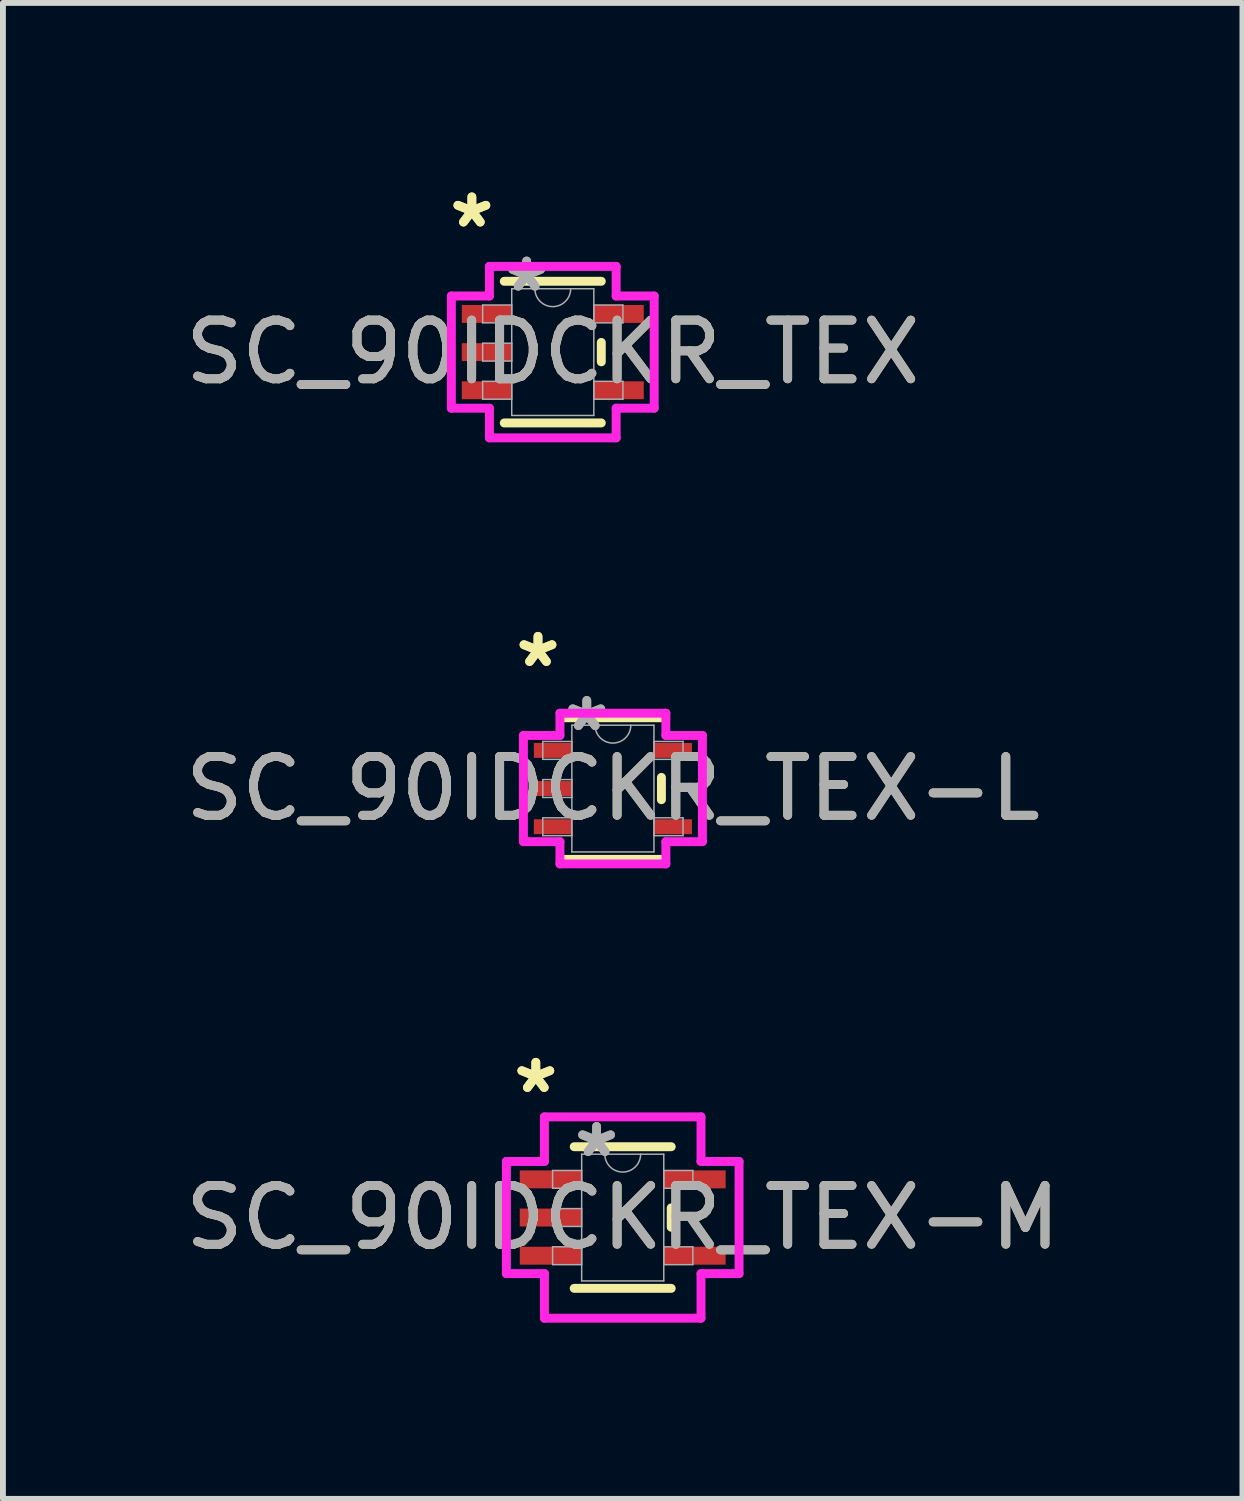
<source format=kicad_pcb>
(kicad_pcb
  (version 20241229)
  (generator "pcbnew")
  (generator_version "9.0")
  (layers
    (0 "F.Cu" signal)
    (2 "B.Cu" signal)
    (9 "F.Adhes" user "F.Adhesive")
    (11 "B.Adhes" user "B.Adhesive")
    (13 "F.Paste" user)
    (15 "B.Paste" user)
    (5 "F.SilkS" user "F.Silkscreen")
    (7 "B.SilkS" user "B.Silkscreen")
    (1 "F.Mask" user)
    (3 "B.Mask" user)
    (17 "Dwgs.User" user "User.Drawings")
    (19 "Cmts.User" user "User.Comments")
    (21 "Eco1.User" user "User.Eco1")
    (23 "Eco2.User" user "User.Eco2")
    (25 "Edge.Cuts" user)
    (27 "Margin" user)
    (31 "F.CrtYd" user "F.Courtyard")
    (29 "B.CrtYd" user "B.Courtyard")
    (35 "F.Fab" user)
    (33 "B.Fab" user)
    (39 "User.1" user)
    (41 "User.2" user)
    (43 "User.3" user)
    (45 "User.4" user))
  (footprint "SC_90IDCKR_TEX"
    (layer "F.Cu")
    (at 6.363 2.946)
    (property "Reference" "SC_90IDCKR_TEX" (at 0 0 0) (unlocked yes) (layer "F.SilkS") (effects (font (size 1 1) (thickness 0.15))))
    (attr smd)
    (fp_line (start -0.826 1.206) (end 0.826 1.206) (stroke (width 0.152) (type solid)) (layer "F.SilkS"))
    (fp_line (start 0.826 -1.206) (end -0.826 -1.206) (stroke (width 0.152) (type solid)) (layer "F.SilkS"))
    (fp_line (start 0.826 0.165) (end 0.826 -0.165) (stroke (width 0.152) (type solid)) (layer "F.SilkS"))
    (fp_line (start -1.727 -0.955) (end -1.079 -0.955) (stroke (width 0.152) (type solid)) (layer "F.CrtYd"))
    (fp_line (start -1.727 0.955) (end -1.727 -0.955) (stroke (width 0.152) (type solid)) (layer "F.CrtYd"))
    (fp_line (start -1.079 -1.46) (end 1.079 -1.46) (stroke (width 0.152) (type solid)) (layer "F.CrtYd"))
    (fp_line (start -1.079 -0.955) (end -1.079 -1.46) (stroke (width 0.152) (type solid)) (layer "F.CrtYd"))
    (fp_line (start -1.079 0.955) (end -1.727 0.955) (stroke (width 0.152) (type solid)) (layer "F.CrtYd"))
    (fp_line (start -1.079 1.46) (end -1.079 0.955) (stroke (width 0.152) (type solid)) (layer "F.CrtYd"))
    (fp_line (start 1.079 -1.46) (end 1.079 -0.955) (stroke (width 0.152) (type solid)) (layer "F.CrtYd"))
    (fp_line (start 1.079 -0.955) (end 1.727 -0.955) (stroke (width 0.152) (type solid)) (layer "F.CrtYd"))
    (fp_line (start 1.079 0.955) (end 1.079 1.46) (stroke (width 0.152) (type solid)) (layer "F.CrtYd"))
    (fp_line (start 1.079 1.46) (end -1.079 1.46) (stroke (width 0.152) (type solid)) (layer "F.CrtYd"))
    (fp_line (start 1.727 -0.955) (end 1.727 0.955) (stroke (width 0.152) (type solid)) (layer "F.CrtYd"))
    (fp_line (start 1.727 0.955) (end 1.079 0.955) (stroke (width 0.152) (type solid)) (layer "F.CrtYd"))
    (fp_line (start -1.194 -0.802) (end -1.194 -0.498) (stroke (width 0.025) (type solid)) (layer "F.Fab"))
    (fp_line (start -1.194 -0.498) (end -0.699 -0.498) (stroke (width 0.025) (type solid)) (layer "F.Fab"))
    (fp_line (start -1.194 -0.152) (end -1.194 0.152) (stroke (width 0.025) (type solid)) (layer "F.Fab"))
    (fp_line (start -1.194 0.152) (end -0.699 0.152) (stroke (width 0.025) (type solid)) (layer "F.Fab"))
    (fp_line (start -1.194 0.498) (end -1.194 0.802) (stroke (width 0.025) (type solid)) (layer "F.Fab"))
    (fp_line (start -1.194 0.802) (end -0.699 0.802) (stroke (width 0.025) (type solid)) (layer "F.Fab"))
    (fp_line (start -0.699 -1.079) (end -0.699 1.079) (stroke (width 0.025) (type solid)) (layer "F.Fab"))
    (fp_line (start -0.699 -0.802) (end -1.194 -0.802) (stroke (width 0.025) (type solid)) (layer "F.Fab"))
    (fp_line (start -0.699 -0.498) (end -0.699 -0.802) (stroke (width 0.025) (type solid)) (layer "F.Fab"))
    (fp_line (start -0.699 -0.152) (end -1.194 -0.152) (stroke (width 0.025) (type solid)) (layer "F.Fab"))
    (fp_line (start -0.699 0.152) (end -0.699 -0.152) (stroke (width 0.025) (type solid)) (layer "F.Fab"))
    (fp_line (start -0.699 0.498) (end -1.194 0.498) (stroke (width 0.025) (type solid)) (layer "F.Fab"))
    (fp_line (start -0.699 0.802) (end -0.699 0.498) (stroke (width 0.025) (type solid)) (layer "F.Fab"))
    (fp_line (start -0.699 1.079) (end 0.699 1.079) (stroke (width 0.025) (type solid)) (layer "F.Fab"))
    (fp_line (start 0.699 -1.079) (end -0.699 -1.079) (stroke (width 0.025) (type solid)) (layer "F.Fab"))
    (fp_line (start 0.699 -0.802) (end 0.699 -0.498) (stroke (width 0.025) (type solid)) (layer "F.Fab"))
    (fp_line (start 0.699 -0.498) (end 1.194 -0.498) (stroke (width 0.025) (type solid)) (layer "F.Fab"))
    (fp_line (start 0.699 0.498) (end 0.699 0.802) (stroke (width 0.025) (type solid)) (layer "F.Fab"))
    (fp_line (start 0.699 0.802) (end 1.194 0.802) (stroke (width 0.025) (type solid)) (layer "F.Fab"))
    (fp_line (start 0.699 1.079) (end 0.699 -1.079) (stroke (width 0.025) (type solid)) (layer "F.Fab"))
    (fp_line (start 1.194 -0.802) (end 0.699 -0.802) (stroke (width 0.025) (type solid)) (layer "F.Fab"))
    (fp_line (start 1.194 -0.498) (end 1.194 -0.802) (stroke (width 0.025) (type solid)) (layer "F.Fab"))
    (fp_line (start 1.194 0.498) (end 0.699 0.498) (stroke (width 0.025) (type solid)) (layer "F.Fab"))
    (fp_line (start 1.194 0.802) (end 1.194 0.498) (stroke (width 0.025) (type solid)) (layer "F.Fab"))
    (fp_arc (start 0.3048 -1.0795) (mid 0 -0.7747) (end -0.3048 -1.0795) (stroke (width 0.0254) (type solid)) (layer "F.Fab"))
    (fp_text user "*" (at -1.378 -2.098 0) (layer "F.SilkS") (effects (font (size 1 1) (thickness 0.15))))
    (fp_text user "*" (at -1.378 -2.098 0) (unlocked yes) (layer "F.SilkS") (effects (font (size 1 1) (thickness 0.15))))
    (fp_text user "*" (at -0.445 -1.006 0) (layer "F.Fab") (effects (font (size 1 1) (thickness 0.15))))
    (fp_text user "*" (at -0.445 -1.006 0) (unlocked yes) (layer "F.Fab") (effects (font (size 1 1) (thickness 0.15))))
    (fp_text user "${REFERENCE}" (at 0 0 0) (unlocked yes) (layer "F.Fab") (effects (font (size 1 1) (thickness 0.15))))
    (pad "1" smd rect (at -1.124 -0.65) (size 0.851 0.305) (layers "F.Cu" "F.Mask" "F.Paste"))
    (pad "2" smd rect (at -1.124 0) (size 0.851 0.305) (layers "F.Cu" "F.Mask" "F.Paste"))
    (pad "3" smd rect (at -1.124 0.65) (size 0.851 0.305) (layers "F.Cu" "F.Mask" "F.Paste"))
    (pad "4" smd rect (at 1.124 0.65) (size 0.851 0.305) (layers "F.Cu" "F.Mask" "F.Paste"))
    (pad "5" smd rect (at 1.124 -0.65) (size 0.851 0.305) (layers "F.Cu" "F.Mask" "F.Paste")))
  (footprint "SC_90IDCKR_TEX-L"
    (layer "F.Cu")
    (at 7.387 10.378)
    (property "Reference" "SC_90IDCKR_TEX-L" (at 0 0 0) (unlocked yes) (layer "F.SilkS") (effects (font (size 1 1) (thickness 0.15))))
    (attr smd)
    (fp_line (start -0.826 1.206) (end 0.826 1.206) (stroke (width 0.152) (type solid)) (layer "F.SilkS"))
    (fp_line (start 0.826 -1.206) (end -0.826 -1.206) (stroke (width 0.152) (type solid)) (layer "F.SilkS"))
    (fp_line (start 0.826 0.19) (end 0.826 -0.19) (stroke (width 0.152) (type solid)) (layer "F.SilkS"))
    (fp_line (start -1.524 -0.904) (end -0.902 -0.904) (stroke (width 0.152) (type solid)) (layer "F.CrtYd"))
    (fp_line (start -1.524 0.904) (end -1.524 -0.904) (stroke (width 0.152) (type solid)) (layer "F.CrtYd"))
    (fp_line (start -0.902 -1.283) (end 0.902 -1.283) (stroke (width 0.152) (type solid)) (layer "F.CrtYd"))
    (fp_line (start -0.902 -0.904) (end -0.902 -1.283) (stroke (width 0.152) (type solid)) (layer "F.CrtYd"))
    (fp_line (start -0.902 0.904) (end -1.524 0.904) (stroke (width 0.152) (type solid)) (layer "F.CrtYd"))
    (fp_line (start -0.902 1.283) (end -0.902 0.904) (stroke (width 0.152) (type solid)) (layer "F.CrtYd"))
    (fp_line (start 0.902 -1.283) (end 0.902 -0.904) (stroke (width 0.152) (type solid)) (layer "F.CrtYd"))
    (fp_line (start 0.902 -0.904) (end 1.524 -0.904) (stroke (width 0.152) (type solid)) (layer "F.CrtYd"))
    (fp_line (start 0.902 0.904) (end 0.902 1.283) (stroke (width 0.152) (type solid)) (layer "F.CrtYd"))
    (fp_line (start 0.902 1.283) (end -0.902 1.283) (stroke (width 0.152) (type solid)) (layer "F.CrtYd"))
    (fp_line (start 1.524 -0.904) (end 1.524 0.904) (stroke (width 0.152) (type solid)) (layer "F.CrtYd"))
    (fp_line (start 1.524 0.904) (end 0.902 0.904) (stroke (width 0.152) (type solid)) (layer "F.CrtYd"))
    (fp_line (start -1.194 -0.802) (end -1.194 -0.498) (stroke (width 0.025) (type solid)) (layer "F.Fab"))
    (fp_line (start -1.194 -0.498) (end -0.699 -0.498) (stroke (width 0.025) (type solid)) (layer "F.Fab"))
    (fp_line (start -1.194 -0.152) (end -1.194 0.152) (stroke (width 0.025) (type solid)) (layer "F.Fab"))
    (fp_line (start -1.194 0.152) (end -0.699 0.152) (stroke (width 0.025) (type solid)) (layer "F.Fab"))
    (fp_line (start -1.194 0.498) (end -1.194 0.802) (stroke (width 0.025) (type solid)) (layer "F.Fab"))
    (fp_line (start -1.194 0.802) (end -0.699 0.802) (stroke (width 0.025) (type solid)) (layer "F.Fab"))
    (fp_line (start -0.699 -1.079) (end -0.699 1.079) (stroke (width 0.025) (type solid)) (layer "F.Fab"))
    (fp_line (start -0.699 -0.802) (end -1.194 -0.802) (stroke (width 0.025) (type solid)) (layer "F.Fab"))
    (fp_line (start -0.699 -0.498) (end -0.699 -0.802) (stroke (width 0.025) (type solid)) (layer "F.Fab"))
    (fp_line (start -0.699 -0.152) (end -1.194 -0.152) (stroke (width 0.025) (type solid)) (layer "F.Fab"))
    (fp_line (start -0.699 0.152) (end -0.699 -0.152) (stroke (width 0.025) (type solid)) (layer "F.Fab"))
    (fp_line (start -0.699 0.498) (end -1.194 0.498) (stroke (width 0.025) (type solid)) (layer "F.Fab"))
    (fp_line (start -0.699 0.802) (end -0.699 0.498) (stroke (width 0.025) (type solid)) (layer "F.Fab"))
    (fp_line (start -0.699 1.079) (end 0.699 1.079) (stroke (width 0.025) (type solid)) (layer "F.Fab"))
    (fp_line (start 0.699 -1.079) (end -0.699 -1.079) (stroke (width 0.025) (type solid)) (layer "F.Fab"))
    (fp_line (start 0.699 -0.802) (end 0.699 -0.498) (stroke (width 0.025) (type solid)) (layer "F.Fab"))
    (fp_line (start 0.699 -0.498) (end 1.194 -0.498) (stroke (width 0.025) (type solid)) (layer "F.Fab"))
    (fp_line (start 0.699 0.498) (end 0.699 0.802) (stroke (width 0.025) (type solid)) (layer "F.Fab"))
    (fp_line (start 0.699 0.802) (end 1.194 0.802) (stroke (width 0.025) (type solid)) (layer "F.Fab"))
    (fp_line (start 0.699 1.079) (end 0.699 -1.079) (stroke (width 0.025) (type solid)) (layer "F.Fab"))
    (fp_line (start 1.194 -0.802) (end 0.699 -0.802) (stroke (width 0.025) (type solid)) (layer "F.Fab"))
    (fp_line (start 1.194 -0.498) (end 1.194 -0.802) (stroke (width 0.025) (type solid)) (layer "F.Fab"))
    (fp_line (start 1.194 0.498) (end 0.699 0.498) (stroke (width 0.025) (type solid)) (layer "F.Fab"))
    (fp_line (start 1.194 0.802) (end 1.194 0.498) (stroke (width 0.025) (type solid)) (layer "F.Fab"))
    (fp_arc (start 0.3048 -1.0795) (mid 0 -0.7747) (end -0.3048 -1.0795) (stroke (width 0.0254) (type solid)) (layer "F.Fab"))
    (fp_text user "*" (at -1.276 -2.047 0) (unlocked yes) (layer "F.SilkS") (effects (font (size 1 1) (thickness 0.15))))
    (fp_text user "*" (at -1.276 -2.047 0) (layer "F.SilkS") (effects (font (size 1 1) (thickness 0.15))))
    (fp_text user "${REFERENCE}" (at 0 0 0) (unlocked yes) (layer "F.Fab") (effects (font (size 1 1) (thickness 0.15))))
    (fp_text user "*" (at -0.445 -0.955 0) (unlocked yes) (layer "F.Fab") (effects (font (size 1 1) (thickness 0.15))))
    (fp_text user "*" (at -0.445 -0.955 0) (layer "F.Fab") (effects (font (size 1 1) (thickness 0.15))))
    (pad "1" smd rect (at -1.022 -0.65) (size 0.648 0.254) (layers "F.Cu" "F.Mask" "F.Paste"))
    (pad "2" smd rect (at -1.022 0) (size 0.648 0.254) (layers "F.Cu" "F.Mask" "F.Paste"))
    (pad "3" smd rect (at -1.022 0.65) (size 0.648 0.254) (layers "F.Cu" "F.Mask" "F.Paste"))
    (pad "4" smd rect (at 1.022 0.65) (size 0.648 0.254) (layers "F.Cu" "F.Mask" "F.Paste"))
    (pad "5" smd rect (at 1.022 -0.65) (size 0.648 0.254) (layers "F.Cu" "F.Mask" "F.Paste")))
  (footprint "SC_90IDCKR_TEX-M"
    (layer "F.Cu")
    (at 7.554 17.683)
    (property "Reference" "SC_90IDCKR_TEX-M" (at 0 0 0) (unlocked yes) (layer "F.SilkS") (effects (font (size 1 1) (thickness 0.15))))
    (attr smd)
    (fp_line (start -0.826 1.206) (end 0.826 1.206) (stroke (width 0.152) (type solid)) (layer "F.SilkS"))
    (fp_line (start 0.826 -1.206) (end -0.826 -1.206) (stroke (width 0.152) (type solid)) (layer "F.SilkS"))
    (fp_line (start 0.826 0.165) (end 0.826 -0.165) (stroke (width 0.152) (type solid)) (layer "F.SilkS"))
    (fp_line (start -1.981 -0.955) (end -1.333 -0.955) (stroke (width 0.152) (type solid)) (layer "F.CrtYd"))
    (fp_line (start -1.981 0.955) (end -1.981 -0.955) (stroke (width 0.152) (type solid)) (layer "F.CrtYd"))
    (fp_line (start -1.333 -1.714) (end 1.333 -1.714) (stroke (width 0.152) (type solid)) (layer "F.CrtYd"))
    (fp_line (start -1.333 -0.955) (end -1.333 -1.714) (stroke (width 0.152) (type solid)) (layer "F.CrtYd"))
    (fp_line (start -1.333 0.955) (end -1.981 0.955) (stroke (width 0.152) (type solid)) (layer "F.CrtYd"))
    (fp_line (start -1.333 1.714) (end -1.333 0.955) (stroke (width 0.152) (type solid)) (layer "F.CrtYd"))
    (fp_line (start 1.333 -1.714) (end 1.333 -0.955) (stroke (width 0.152) (type solid)) (layer "F.CrtYd"))
    (fp_line (start 1.333 -0.955) (end 1.981 -0.955) (stroke (width 0.152) (type solid)) (layer "F.CrtYd"))
    (fp_line (start 1.333 0.955) (end 1.333 1.714) (stroke (width 0.152) (type solid)) (layer "F.CrtYd"))
    (fp_line (start 1.333 1.714) (end -1.333 1.714) (stroke (width 0.152) (type solid)) (layer "F.CrtYd"))
    (fp_line (start 1.981 -0.955) (end 1.981 0.955) (stroke (width 0.152) (type solid)) (layer "F.CrtYd"))
    (fp_line (start 1.981 0.955) (end 1.333 0.955) (stroke (width 0.152) (type solid)) (layer "F.CrtYd"))
    (fp_line (start -1.194 -0.802) (end -1.194 -0.498) (stroke (width 0.025) (type solid)) (layer "F.Fab"))
    (fp_line (start -1.194 -0.498) (end -0.699 -0.498) (stroke (width 0.025) (type solid)) (layer "F.Fab"))
    (fp_line (start -1.194 -0.152) (end -1.194 0.152) (stroke (width 0.025) (type solid)) (layer "F.Fab"))
    (fp_line (start -1.194 0.152) (end -0.699 0.152) (stroke (width 0.025) (type solid)) (layer "F.Fab"))
    (fp_line (start -1.194 0.498) (end -1.194 0.802) (stroke (width 0.025) (type solid)) (layer "F.Fab"))
    (fp_line (start -1.194 0.802) (end -0.699 0.802) (stroke (width 0.025) (type solid)) (layer "F.Fab"))
    (fp_line (start -0.699 -1.079) (end -0.699 1.079) (stroke (width 0.025) (type solid)) (layer "F.Fab"))
    (fp_line (start -0.699 -0.802) (end -1.194 -0.802) (stroke (width 0.025) (type solid)) (layer "F.Fab"))
    (fp_line (start -0.699 -0.498) (end -0.699 -0.802) (stroke (width 0.025) (type solid)) (layer "F.Fab"))
    (fp_line (start -0.699 -0.152) (end -1.194 -0.152) (stroke (width 0.025) (type solid)) (layer "F.Fab"))
    (fp_line (start -0.699 0.152) (end -0.699 -0.152) (stroke (width 0.025) (type solid)) (layer "F.Fab"))
    (fp_line (start -0.699 0.498) (end -1.194 0.498) (stroke (width 0.025) (type solid)) (layer "F.Fab"))
    (fp_line (start -0.699 0.802) (end -0.699 0.498) (stroke (width 0.025) (type solid)) (layer "F.Fab"))
    (fp_line (start -0.699 1.079) (end 0.699 1.079) (stroke (width 0.025) (type solid)) (layer "F.Fab"))
    (fp_line (start 0.699 -1.079) (end -0.699 -1.079) (stroke (width 0.025) (type solid)) (layer "F.Fab"))
    (fp_line (start 0.699 -0.802) (end 0.699 -0.498) (stroke (width 0.025) (type solid)) (layer "F.Fab"))
    (fp_line (start 0.699 -0.498) (end 1.194 -0.498) (stroke (width 0.025) (type solid)) (layer "F.Fab"))
    (fp_line (start 0.699 0.498) (end 0.699 0.802) (stroke (width 0.025) (type solid)) (layer "F.Fab"))
    (fp_line (start 0.699 0.802) (end 1.194 0.802) (stroke (width 0.025) (type solid)) (layer "F.Fab"))
    (fp_line (start 0.699 1.079) (end 0.699 -1.079) (stroke (width 0.025) (type solid)) (layer "F.Fab"))
    (fp_line (start 1.194 -0.802) (end 0.699 -0.802) (stroke (width 0.025) (type solid)) (layer "F.Fab"))
    (fp_line (start 1.194 -0.498) (end 1.194 -0.802) (stroke (width 0.025) (type solid)) (layer "F.Fab"))
    (fp_line (start 1.194 0.498) (end 0.699 0.498) (stroke (width 0.025) (type solid)) (layer "F.Fab"))
    (fp_line (start 1.194 0.802) (end 1.194 0.498) (stroke (width 0.025) (type solid)) (layer "F.Fab"))
    (fp_arc (start 0.3048 -1.0795) (mid 0 -0.7747) (end -0.3048 -1.0795) (stroke (width 0.0254) (type solid)) (layer "F.Fab"))
    (fp_text user "*" (at -1.48 -2.098 0) (layer "F.SilkS") (effects (font (size 1 1) (thickness 0.15))))
    (fp_text user "*" (at -1.48 -2.098 0) (unlocked yes) (layer "F.SilkS") (effects (font (size 1 1) (thickness 0.15))))
    (fp_text user "*" (at -0.445 -1.006 0) (layer "F.Fab") (effects (font (size 1 1) (thickness 0.15))))
    (fp_text user "*" (at -0.445 -1.006 0) (unlocked yes) (layer "F.Fab") (effects (font (size 1 1) (thickness 0.15))))
    (fp_text user "${REFERENCE}" (at 0 0 0) (unlocked yes) (layer "F.Fab") (effects (font (size 1 1) (thickness 0.15))))
    (pad "1" smd rect (at -1.226 -0.65) (size 1.054 0.305) (layers "F.Cu" "F.Mask" "F.Paste"))
    (pad "2" smd rect (at -1.226 0) (size 1.054 0.305) (layers "F.Cu" "F.Mask" "F.Paste"))
    (pad "3" smd rect (at -1.226 0.65) (size 1.054 0.305) (layers "F.Cu" "F.Mask" "F.Paste"))
    (pad "4" smd rect (at 1.226 0.65) (size 1.054 0.305) (layers "F.Cu" "F.Mask" "F.Paste"))
    (pad "5" smd rect (at 1.226 -0.65) (size 1.054 0.305) (layers "F.Cu" "F.Mask" "F.Paste")))
  (gr_rect
    (start -3 -3)
    (end 18.107 22.474)
    (stroke (width 0.1) (type default))
    (fill no)
    (layer "Edge.Cuts")))
</source>
